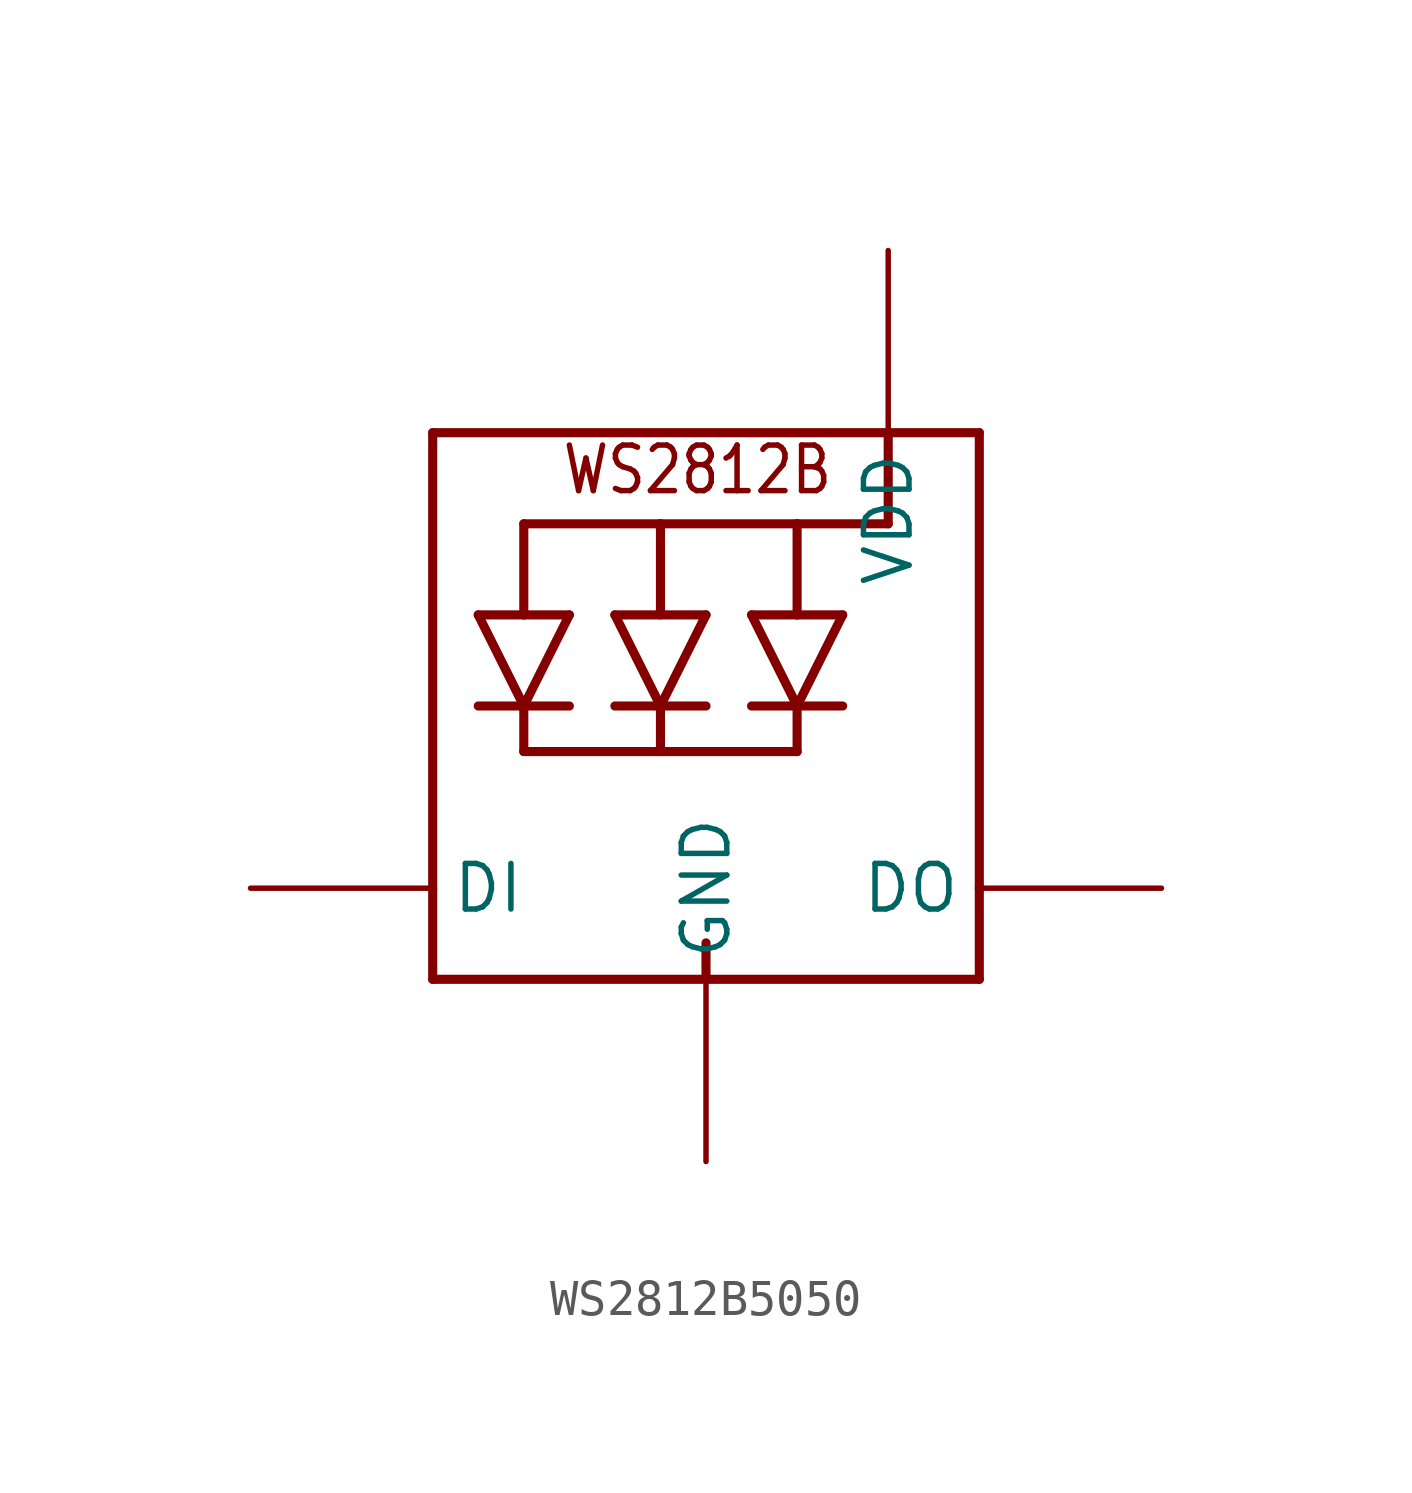
<source format=kicad_sym>
(kicad_symbol_lib
  (version 20231120)
  (generator "kicad_symbol_editor")
  (generator_version "8.0")
  (symbol "WS2812B5050"
    (property "Reference" "LED"
      (at 0 0 0)
      (effects (font (size 1.27 1.27)) (hide yes)))
    (property "ki_locked" ""
      (at 0 0 0)
      (effects (font (size 1.27 1.27))))
    (symbol "WS2812B5050_1_0"
      (polyline (pts (xy -7.62 -5.08) (xy 0 -5.08)) (stroke (width 0.254) (type solid)) (fill (type none)))
      (polyline (pts (xy -7.62 -2.54) (xy -7.62 -5.08)) (stroke (width 0.254) (type solid)) (fill (type none)))
      (polyline (pts (xy -7.62 10.16) (xy -7.62 -2.54)) (stroke (width 0.254) (type solid)) (fill (type none)))
      (polyline (pts (xy -6.35 2.54) (xy -5.08 2.54)) (stroke (width 0.254) (type solid)) (fill (type none)))
      (polyline (pts (xy -6.35 5.08) (xy -5.08 5.08)) (stroke (width 0.254) (type solid)) (fill (type none)))
      (polyline (pts (xy -5.08 2.54) (xy -6.35 5.08)) (stroke (width 0.254) (type solid)) (fill (type none)))
      (polyline (pts (xy -5.08 2.54) (xy -5.08 1.27)) (stroke (width 0.254) (type solid)) (fill (type none)))
      (polyline (pts (xy -5.08 2.54) (xy -3.81 5.08)) (stroke (width 0.254) (type solid)) (fill (type none)))
      (polyline (pts (xy -5.08 5.08) (xy -3.81 5.08)) (stroke (width 0.254) (type solid)) (fill (type none)))
      (polyline (pts (xy -5.08 7.62) (xy -5.08 5.08)) (stroke (width 0.254) (type solid)) (fill (type none)))
      (polyline (pts (xy -3.81 2.54) (xy -5.08 2.54)) (stroke (width 0.254) (type solid)) (fill (type none)))
      (polyline (pts (xy -2.54 2.54) (xy -1.27 2.54)) (stroke (width 0.254) (type solid)) (fill (type none)))
      (polyline (pts (xy -2.54 5.08) (xy 0 5.08)) (stroke (width 0.254) (type solid)) (fill (type none)))
      (polyline (pts (xy -1.27 1.27) (xy -5.08 1.27)) (stroke (width 0.254) (type solid)) (fill (type none)))
      (polyline (pts (xy -1.27 2.54) (xy -2.54 5.08)) (stroke (width 0.254) (type solid)) (fill (type none)))
      (polyline (pts (xy -1.27 2.54) (xy -1.27 1.27)) (stroke (width 0.254) (type solid)) (fill (type none)))
      (polyline (pts (xy -1.27 2.54) (xy 0 2.54)) (stroke (width 0.254) (type solid)) (fill (type none)))
      (polyline (pts (xy -1.27 5.08) (xy -1.27 7.62)) (stroke (width 0.254) (type solid)) (fill (type none)))
      (polyline (pts (xy -1.27 7.62) (xy -5.08 7.62)) (stroke (width 0.254) (type solid)) (fill (type none)))
      (polyline (pts (xy 0 -5.08) (xy 7.62 -5.08)) (stroke (width 0.254) (type solid)) (fill (type none)))
      (polyline (pts (xy 0 -4.064) (xy 0 -5.08)) (stroke (width 0.254) (type solid)) (fill (type none)))
      (polyline (pts (xy 0 5.08) (xy -1.27 2.54)) (stroke (width 0.254) (type solid)) (fill (type none)))
      (polyline (pts (xy 1.27 5.08) (xy 2.54 2.54)) (stroke (width 0.254) (type solid)) (fill (type none)))
      (polyline (pts (xy 1.27 5.08) (xy 2.54 5.08)) (stroke (width 0.254) (type solid)) (fill (type none)))
      (polyline (pts (xy 2.54 1.27) (xy -1.27 1.27)) (stroke (width 0.254) (type solid)) (fill (type none)))
      (polyline (pts (xy 2.54 2.54) (xy 1.27 2.54)) (stroke (width 0.254) (type solid)) (fill (type none)))
      (polyline (pts (xy 2.54 2.54) (xy 2.54 1.27)) (stroke (width 0.254) (type solid)) (fill (type none)))
      (polyline (pts (xy 2.54 2.54) (xy 3.81 2.54)) (stroke (width 0.254) (type solid)) (fill (type none)))
      (polyline (pts (xy 2.54 2.54) (xy 3.81 5.08)) (stroke (width 0.254) (type solid)) (fill (type none)))
      (polyline (pts (xy 2.54 5.08) (xy 2.54 7.62)) (stroke (width 0.254) (type solid)) (fill (type none)))
      (polyline (pts (xy 2.54 7.62) (xy -1.27 7.62)) (stroke (width 0.254) (type solid)) (fill (type none)))
      (polyline (pts (xy 2.54 7.62) (xy 5.08 7.62)) (stroke (width 0.254) (type solid)) (fill (type none)))
      (polyline (pts (xy 3.81 5.08) (xy 2.54 5.08)) (stroke (width 0.254) (type solid)) (fill (type none)))
      (polyline (pts (xy 5.08 10.16) (xy -7.62 10.16)) (stroke (width 0.254) (type solid)) (fill (type none)))
      (polyline (pts (xy 5.08 10.16) (xy 5.08 7.62)) (stroke (width 0.254) (type solid)) (fill (type none)))
      (polyline (pts (xy 7.62 -5.08) (xy 7.62 -2.54)) (stroke (width 0.254) (type solid)) (fill (type none)))
      (polyline (pts (xy 7.62 -2.54) (xy 7.62 10.16)) (stroke (width 0.254) (type solid)) (fill (type none)))
      (polyline (pts (xy 7.62 10.16) (xy 5.08 10.16)) (stroke (width 0.254) (type solid)) (fill (type none)))
      (text "WS2812B" (at -4.064 8.382 0) (effects (font (size 1.27 1.079)) (justify left bottom)))
      (pin power_in line (at 5.08 15.24 270) (length 5.08) (name "VDD" (effects (font (size 1.27 1.27)))) (number "1-VDD" (effects (font (size 0 0)))))
      (pin output line (at 12.7 -2.54 180) (length 5.08) (name "DO" (effects (font (size 1.27 1.27)))) (number "2-DOUT" (effects (font (size 0 0)))))
      (pin power_in line (at 0 -10.16 90) (length 5.08) (name "GND" (effects (font (size 1.27 1.27)))) (number "3-GND" (effects (font (size 0 0)))))
      (pin input line (at -12.7 -2.54 0) (length 5.08) (name "DI" (effects (font (size 1.27 1.27)))) (number "4-DIN" (effects (font (size 0 0))))))))
</source>
